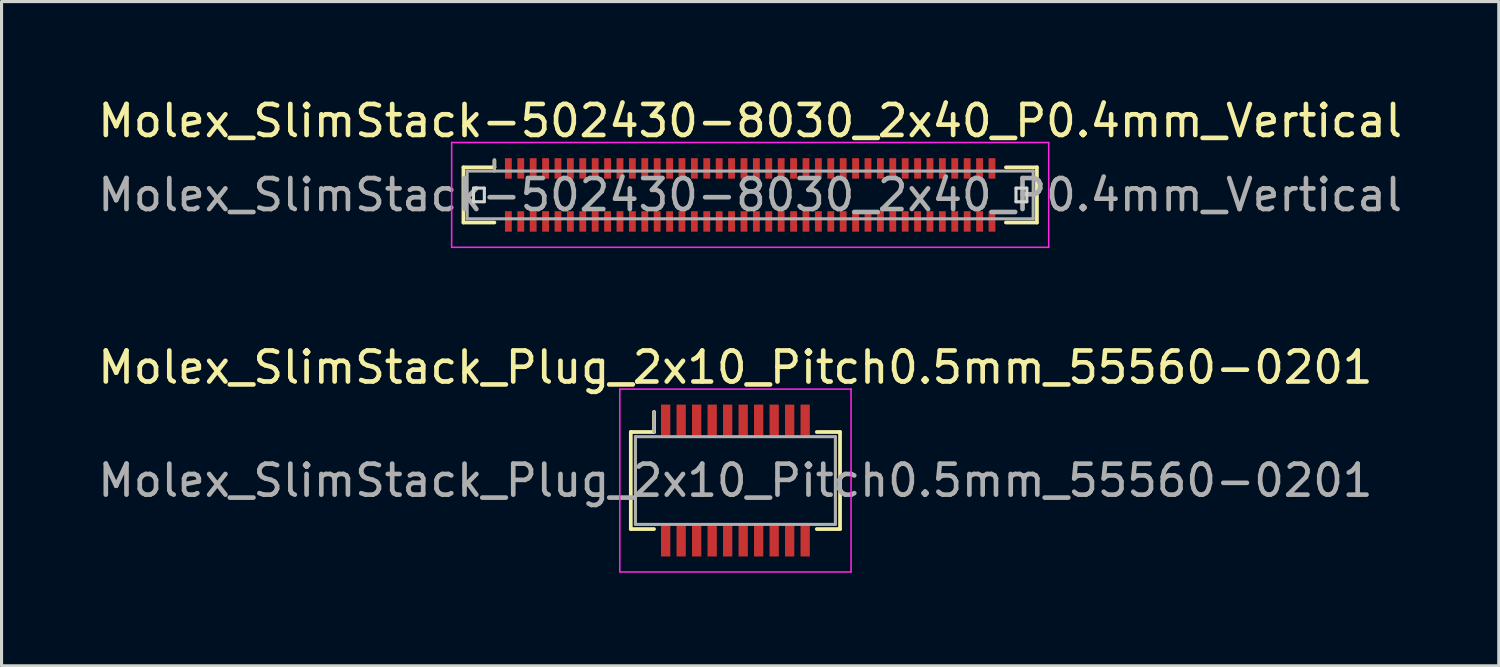
<source format=kicad_pcb>
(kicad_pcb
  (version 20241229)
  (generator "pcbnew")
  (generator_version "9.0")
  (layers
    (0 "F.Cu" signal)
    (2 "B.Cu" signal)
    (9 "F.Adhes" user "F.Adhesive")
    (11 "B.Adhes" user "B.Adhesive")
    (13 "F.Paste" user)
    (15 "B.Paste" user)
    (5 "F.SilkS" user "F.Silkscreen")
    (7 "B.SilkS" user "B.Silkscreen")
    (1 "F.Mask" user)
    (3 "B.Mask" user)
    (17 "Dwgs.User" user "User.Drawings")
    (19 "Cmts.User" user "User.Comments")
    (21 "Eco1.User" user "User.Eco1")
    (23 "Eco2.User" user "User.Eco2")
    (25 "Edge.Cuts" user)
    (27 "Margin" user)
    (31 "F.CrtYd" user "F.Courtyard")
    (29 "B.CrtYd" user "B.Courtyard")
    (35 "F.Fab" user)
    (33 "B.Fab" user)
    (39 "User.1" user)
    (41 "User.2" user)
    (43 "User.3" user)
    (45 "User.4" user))
  (footprint "Molex_SlimStack_Plug_2x10_Pitch0.5mm_55560-0201"
    (layer "F.Cu")
    (at 20.673 12.451)
    (property "Reference" "Molex_SlimStack_Plug_2x10_Pitch0.5mm_55560-0201" (at 0 -3.65 0) (layer "F.SilkS") (effects (font (size 1 1) (thickness 0.15))))
    (attr smd)
    (fp_line (start -3.375 -1.565) (end -2.625 -1.565) (stroke (width 0.12) (type solid)) (layer "F.SilkS"))
    (fp_line (start -3.375 1.565) (end -3.375 -1.565) (stroke (width 0.12) (type solid)) (layer "F.SilkS"))
    (fp_line (start -2.625 -1.565) (end -2.625 -2.215) (stroke (width 0.12) (type solid)) (layer "F.SilkS"))
    (fp_line (start -2.625 1.565) (end -3.375 1.565) (stroke (width 0.12) (type solid)) (layer "F.SilkS"))
    (fp_line (start 2.625 1.565) (end 3.375 1.565) (stroke (width 0.12) (type solid)) (layer "F.SilkS"))
    (fp_line (start 3.375 -1.565) (end 2.625 -1.565) (stroke (width 0.12) (type solid)) (layer "F.SilkS"))
    (fp_line (start 3.375 1.565) (end 3.375 -1.565) (stroke (width 0.12) (type solid)) (layer "F.SilkS"))
    (fp_line (start -3.73 -2.95) (end -3.73 2.95) (stroke (width 0.05) (type solid)) (layer "F.CrtYd"))
    (fp_line (start -3.73 2.95) (end 3.73 2.95) (stroke (width 0.05) (type solid)) (layer "F.CrtYd"))
    (fp_line (start 3.73 -2.95) (end -3.73 -2.95) (stroke (width 0.05) (type solid)) (layer "F.CrtYd"))
    (fp_line (start 3.73 2.95) (end 3.73 -2.95) (stroke (width 0.05) (type solid)) (layer "F.CrtYd"))
    (fp_line (start -3.225 -1.415) (end -3.225 1.415) (stroke (width 0.1) (type solid)) (layer "F.Fab"))
    (fp_line (start -3.225 1.415) (end 3.225 1.415) (stroke (width 0.1) (type solid)) (layer "F.Fab"))
    (fp_line (start -2.625 -1.565) (end -2.625 -2.215) (stroke (width 0.1) (type solid)) (layer "F.Fab"))
    (fp_line (start 3.225 -1.415) (end -3.225 -1.415) (stroke (width 0.1) (type solid)) (layer "F.Fab"))
    (fp_line (start 3.225 1.415) (end 3.225 -1.415) (stroke (width 0.1) (type solid)) (layer "F.Fab"))
    (fp_text user "${REFERENCE}" (at 0 0 0) (layer "F.Fab") (effects (font (size 1 1) (thickness 0.15))))
    (pad "1" smd rect (at -2.25 -1.95) (size 0.3 1) (layers "F.Cu" "F.Mask" "F.Paste"))
    (pad "2" smd rect (at -2.25 1.95) (size 0.3 1) (layers "F.Cu" "F.Mask" "F.Paste"))
    (pad "3" smd rect (at -1.75 -1.95) (size 0.3 1) (layers "F.Cu" "F.Mask" "F.Paste"))
    (pad "4" smd rect (at -1.75 1.95) (size 0.3 1) (layers "F.Cu" "F.Mask" "F.Paste"))
    (pad "5" smd rect (at -1.25 -1.95) (size 0.3 1) (layers "F.Cu" "F.Mask" "F.Paste"))
    (pad "6" smd rect (at -1.25 1.95) (size 0.3 1) (layers "F.Cu" "F.Mask" "F.Paste"))
    (pad "7" smd rect (at -0.75 -1.95) (size 0.3 1) (layers "F.Cu" "F.Mask" "F.Paste"))
    (pad "8" smd rect (at -0.75 1.95) (size 0.3 1) (layers "F.Cu" "F.Mask" "F.Paste"))
    (pad "9" smd rect (at -0.25 -1.95) (size 0.3 1) (layers "F.Cu" "F.Mask" "F.Paste"))
    (pad "10" smd rect (at -0.25 1.95) (size 0.3 1) (layers "F.Cu" "F.Mask" "F.Paste"))
    (pad "11" smd rect (at 0.25 -1.95) (size 0.3 1) (layers "F.Cu" "F.Mask" "F.Paste"))
    (pad "12" smd rect (at 0.25 1.95) (size 0.3 1) (layers "F.Cu" "F.Mask" "F.Paste"))
    (pad "13" smd rect (at 0.75 -1.95) (size 0.3 1) (layers "F.Cu" "F.Mask" "F.Paste"))
    (pad "14" smd rect (at 0.75 1.95) (size 0.3 1) (layers "F.Cu" "F.Mask" "F.Paste"))
    (pad "15" smd rect (at 1.25 -1.95) (size 0.3 1) (layers "F.Cu" "F.Mask" "F.Paste"))
    (pad "16" smd rect (at 1.25 1.95) (size 0.3 1) (layers "F.Cu" "F.Mask" "F.Paste"))
    (pad "17" smd rect (at 1.75 -1.95) (size 0.3 1) (layers "F.Cu" "F.Mask" "F.Paste"))
    (pad "18" smd rect (at 1.75 1.95) (size 0.3 1) (layers "F.Cu" "F.Mask" "F.Paste"))
    (pad "19" smd rect (at 2.25 -1.95) (size 0.3 1) (layers "F.Cu" "F.Mask" "F.Paste"))
    (pad "20" smd rect (at 2.25 1.95) (size 0.3 1) (layers "F.Cu" "F.Mask" "F.Paste")))
  (footprint "Molex_SlimStack-502430-8030_2x40_P0.4mm_Vertical"
    (layer "F.Cu")
    (at 21.149 3.238)
    (property "Reference" "Molex_SlimStack-502430-8030_2x40_P0.4mm_Vertical" (at 0 -2.39 0) (layer "F.SilkS") (effects (font (size 1 1) (thickness 0.15))))
    (attr smd)
    (fp_line (start -9.25 -0.89) (end -8.25 -0.89) (stroke (width 0.12) (type solid)) (layer "F.SilkS"))
    (fp_line (start -9.25 0.89) (end -9.25 -0.89) (stroke (width 0.12) (type solid)) (layer "F.SilkS"))
    (fp_line (start -8.25 -0.89) (end -8.25 -1.12) (stroke (width 0.12) (type solid)) (layer "F.SilkS"))
    (fp_line (start -8.25 0.89) (end -9.25 0.89) (stroke (width 0.12) (type solid)) (layer "F.SilkS"))
    (fp_line (start 8.25 0.89) (end 9.25 0.89) (stroke (width 0.12) (type solid)) (layer "F.SilkS"))
    (fp_line (start 9.25 -0.89) (end 8.25 -0.89) (stroke (width 0.12) (type solid)) (layer "F.SilkS"))
    (fp_line (start 9.25 0.89) (end 9.25 -0.89) (stroke (width 0.12) (type solid)) (layer "F.SilkS"))
    (fp_line (start -8.925 -0.22) (end -8.925 0.22) (stroke (width 0.1) (type solid)) (layer "Edge.Cuts"))
    (fp_line (start -8.925 0.22) (end -8.575 0.22) (stroke (width 0.1) (type solid)) (layer "Edge.Cuts"))
    (fp_line (start -8.575 -0.22) (end -8.925 -0.22) (stroke (width 0.1) (type solid)) (layer "Edge.Cuts"))
    (fp_line (start -8.575 0.22) (end -8.575 -0.22) (stroke (width 0.1) (type solid)) (layer "Edge.Cuts"))
    (fp_line (start 8.575 -0.22) (end 8.575 0.22) (stroke (width 0.1) (type solid)) (layer "Edge.Cuts"))
    (fp_line (start 8.575 0.22) (end 8.925 0.22) (stroke (width 0.1) (type solid)) (layer "Edge.Cuts"))
    (fp_line (start 8.925 -0.22) (end 8.575 -0.22) (stroke (width 0.1) (type solid)) (layer "Edge.Cuts"))
    (fp_line (start 8.925 0.22) (end 8.925 -0.22) (stroke (width 0.1) (type solid)) (layer "Edge.Cuts"))
    (fp_line (start -9.63 -1.69) (end -9.63 1.69) (stroke (width 0.05) (type solid)) (layer "F.CrtYd"))
    (fp_line (start -9.63 1.69) (end 9.63 1.69) (stroke (width 0.05) (type solid)) (layer "F.CrtYd"))
    (fp_line (start 9.63 -1.69) (end -9.63 -1.69) (stroke (width 0.05) (type solid)) (layer "F.CrtYd"))
    (fp_line (start 9.63 1.69) (end 9.63 -1.69) (stroke (width 0.05) (type solid)) (layer "F.CrtYd"))
    (fp_line (start -9.13 -0.77) (end -9.13 0.77) (stroke (width 0.1) (type solid)) (layer "F.Fab"))
    (fp_line (start -9.13 0.77) (end 9.13 0.77) (stroke (width 0.1) (type solid)) (layer "F.Fab"))
    (fp_line (start -8.25 -0.77) (end -8.25 -1.12) (stroke (width 0.1) (type solid)) (layer "F.Fab"))
    (fp_line (start 9.13 -0.77) (end -9.13 -0.77) (stroke (width 0.1) (type solid)) (layer "F.Fab"))
    (fp_line (start 9.13 0.77) (end 9.13 -0.77) (stroke (width 0.1) (type solid)) (layer "F.Fab"))
    (fp_text user "${REFERENCE}" (at 0 0 0) (layer "F.Fab") (effects (font (size 1 1) (thickness 0.15))))
    (pad "1" smd rect (at -7.8 -0.855) (size 0.22 0.66) (layers "F.Cu" "F.Mask" "F.Paste"))
    (pad "2" smd rect (at -7.8 0.855) (size 0.22 0.66) (layers "F.Cu" "F.Mask" "F.Paste"))
    (pad "3" smd rect (at -7.4 -0.855) (size 0.22 0.66) (layers "F.Cu" "F.Mask" "F.Paste"))
    (pad "4" smd rect (at -7.4 0.855) (size 0.22 0.66) (layers "F.Cu" "F.Mask" "F.Paste"))
    (pad "5" smd rect (at -7 -0.855) (size 0.22 0.66) (layers "F.Cu" "F.Mask" "F.Paste"))
    (pad "6" smd rect (at -7 0.855) (size 0.22 0.66) (layers "F.Cu" "F.Mask" "F.Paste"))
    (pad "7" smd rect (at -6.6 -0.855) (size 0.22 0.66) (layers "F.Cu" "F.Mask" "F.Paste"))
    (pad "8" smd rect (at -6.6 0.855) (size 0.22 0.66) (layers "F.Cu" "F.Mask" "F.Paste"))
    (pad "9" smd rect (at -6.2 -0.855) (size 0.22 0.66) (layers "F.Cu" "F.Mask" "F.Paste"))
    (pad "10" smd rect (at -6.2 0.855) (size 0.22 0.66) (layers "F.Cu" "F.Mask" "F.Paste"))
    (pad "11" smd rect (at -5.8 -0.855) (size 0.22 0.66) (layers "F.Cu" "F.Mask" "F.Paste"))
    (pad "12" smd rect (at -5.8 0.855) (size 0.22 0.66) (layers "F.Cu" "F.Mask" "F.Paste"))
    (pad "13" smd rect (at -5.4 -0.855) (size 0.22 0.66) (layers "F.Cu" "F.Mask" "F.Paste"))
    (pad "14" smd rect (at -5.4 0.855) (size 0.22 0.66) (layers "F.Cu" "F.Mask" "F.Paste"))
    (pad "15" smd rect (at -5 -0.855) (size 0.22 0.66) (layers "F.Cu" "F.Mask" "F.Paste"))
    (pad "16" smd rect (at -5 0.855) (size 0.22 0.66) (layers "F.Cu" "F.Mask" "F.Paste"))
    (pad "17" smd rect (at -4.6 -0.855) (size 0.22 0.66) (layers "F.Cu" "F.Mask" "F.Paste"))
    (pad "18" smd rect (at -4.6 0.855) (size 0.22 0.66) (layers "F.Cu" "F.Mask" "F.Paste"))
    (pad "19" smd rect (at -4.2 -0.855) (size 0.22 0.66) (layers "F.Cu" "F.Mask" "F.Paste"))
    (pad "20" smd rect (at -4.2 0.855) (size 0.22 0.66) (layers "F.Cu" "F.Mask" "F.Paste"))
    (pad "21" smd rect (at -3.8 -0.855) (size 0.22 0.66) (layers "F.Cu" "F.Mask" "F.Paste"))
    (pad "22" smd rect (at -3.8 0.855) (size 0.22 0.66) (layers "F.Cu" "F.Mask" "F.Paste"))
    (pad "23" smd rect (at -3.4 -0.855) (size 0.22 0.66) (layers "F.Cu" "F.Mask" "F.Paste"))
    (pad "24" smd rect (at -3.4 0.855) (size 0.22 0.66) (layers "F.Cu" "F.Mask" "F.Paste"))
    (pad "25" smd rect (at -3 -0.855) (size 0.22 0.66) (layers "F.Cu" "F.Mask" "F.Paste"))
    (pad "26" smd rect (at -3 0.855) (size 0.22 0.66) (layers "F.Cu" "F.Mask" "F.Paste"))
    (pad "27" smd rect (at -2.6 -0.855) (size 0.22 0.66) (layers "F.Cu" "F.Mask" "F.Paste"))
    (pad "28" smd rect (at -2.6 0.855) (size 0.22 0.66) (layers "F.Cu" "F.Mask" "F.Paste"))
    (pad "29" smd rect (at -2.2 -0.855) (size 0.22 0.66) (layers "F.Cu" "F.Mask" "F.Paste"))
    (pad "30" smd rect (at -2.2 0.855) (size 0.22 0.66) (layers "F.Cu" "F.Mask" "F.Paste"))
    (pad "31" smd rect (at -1.8 -0.855) (size 0.22 0.66) (layers "F.Cu" "F.Mask" "F.Paste"))
    (pad "32" smd rect (at -1.8 0.855) (size 0.22 0.66) (layers "F.Cu" "F.Mask" "F.Paste"))
    (pad "33" smd rect (at -1.4 -0.855) (size 0.22 0.66) (layers "F.Cu" "F.Mask" "F.Paste"))
    (pad "34" smd rect (at -1.4 0.855) (size 0.22 0.66) (layers "F.Cu" "F.Mask" "F.Paste"))
    (pad "35" smd rect (at -1 -0.855) (size 0.22 0.66) (layers "F.Cu" "F.Mask" "F.Paste"))
    (pad "36" smd rect (at -1 0.855) (size 0.22 0.66) (layers "F.Cu" "F.Mask" "F.Paste"))
    (pad "37" smd rect (at -0.6 -0.855) (size 0.22 0.66) (layers "F.Cu" "F.Mask" "F.Paste"))
    (pad "38" smd rect (at -0.6 0.855) (size 0.22 0.66) (layers "F.Cu" "F.Mask" "F.Paste"))
    (pad "39" smd rect (at -0.2 -0.855) (size 0.22 0.66) (layers "F.Cu" "F.Mask" "F.Paste"))
    (pad "40" smd rect (at -0.2 0.855) (size 0.22 0.66) (layers "F.Cu" "F.Mask" "F.Paste"))
    (pad "41" smd rect (at 0.2 -0.855) (size 0.22 0.66) (layers "F.Cu" "F.Mask" "F.Paste"))
    (pad "42" smd rect (at 0.2 0.855) (size 0.22 0.66) (layers "F.Cu" "F.Mask" "F.Paste"))
    (pad "43" smd rect (at 0.6 -0.855) (size 0.22 0.66) (layers "F.Cu" "F.Mask" "F.Paste"))
    (pad "44" smd rect (at 0.6 0.855) (size 0.22 0.66) (layers "F.Cu" "F.Mask" "F.Paste"))
    (pad "45" smd rect (at 1 -0.855) (size 0.22 0.66) (layers "F.Cu" "F.Mask" "F.Paste"))
    (pad "46" smd rect (at 1 0.855) (size 0.22 0.66) (layers "F.Cu" "F.Mask" "F.Paste"))
    (pad "47" smd rect (at 1.4 -0.855) (size 0.22 0.66) (layers "F.Cu" "F.Mask" "F.Paste"))
    (pad "48" smd rect (at 1.4 0.855) (size 0.22 0.66) (layers "F.Cu" "F.Mask" "F.Paste"))
    (pad "49" smd rect (at 1.8 -0.855) (size 0.22 0.66) (layers "F.Cu" "F.Mask" "F.Paste"))
    (pad "50" smd rect (at 1.8 0.855) (size 0.22 0.66) (layers "F.Cu" "F.Mask" "F.Paste"))
    (pad "51" smd rect (at 2.2 -0.855) (size 0.22 0.66) (layers "F.Cu" "F.Mask" "F.Paste"))
    (pad "52" smd rect (at 2.2 0.855) (size 0.22 0.66) (layers "F.Cu" "F.Mask" "F.Paste"))
    (pad "53" smd rect (at 2.6 -0.855) (size 0.22 0.66) (layers "F.Cu" "F.Mask" "F.Paste"))
    (pad "54" smd rect (at 2.6 0.855) (size 0.22 0.66) (layers "F.Cu" "F.Mask" "F.Paste"))
    (pad "55" smd rect (at 3 -0.855) (size 0.22 0.66) (layers "F.Cu" "F.Mask" "F.Paste"))
    (pad "56" smd rect (at 3 0.855) (size 0.22 0.66) (layers "F.Cu" "F.Mask" "F.Paste"))
    (pad "57" smd rect (at 3.4 -0.855) (size 0.22 0.66) (layers "F.Cu" "F.Mask" "F.Paste"))
    (pad "58" smd rect (at 3.4 0.855) (size 0.22 0.66) (layers "F.Cu" "F.Mask" "F.Paste"))
    (pad "59" smd rect (at 3.8 -0.855) (size 0.22 0.66) (layers "F.Cu" "F.Mask" "F.Paste"))
    (pad "60" smd rect (at 3.8 0.855) (size 0.22 0.66) (layers "F.Cu" "F.Mask" "F.Paste"))
    (pad "61" smd rect (at 4.2 -0.855) (size 0.22 0.66) (layers "F.Cu" "F.Mask" "F.Paste"))
    (pad "62" smd rect (at 4.2 0.855) (size 0.22 0.66) (layers "F.Cu" "F.Mask" "F.Paste"))
    (pad "63" smd rect (at 4.6 -0.855) (size 0.22 0.66) (layers "F.Cu" "F.Mask" "F.Paste"))
    (pad "64" smd rect (at 4.6 0.855) (size 0.22 0.66) (layers "F.Cu" "F.Mask" "F.Paste"))
    (pad "65" smd rect (at 5 -0.855) (size 0.22 0.66) (layers "F.Cu" "F.Mask" "F.Paste"))
    (pad "66" smd rect (at 5 0.855) (size 0.22 0.66) (layers "F.Cu" "F.Mask" "F.Paste"))
    (pad "67" smd rect (at 5.4 -0.855) (size 0.22 0.66) (layers "F.Cu" "F.Mask" "F.Paste"))
    (pad "68" smd rect (at 5.4 0.855) (size 0.22 0.66) (layers "F.Cu" "F.Mask" "F.Paste"))
    (pad "69" smd rect (at 5.8 -0.855) (size 0.22 0.66) (layers "F.Cu" "F.Mask" "F.Paste"))
    (pad "70" smd rect (at 5.8 0.855) (size 0.22 0.66) (layers "F.Cu" "F.Mask" "F.Paste"))
    (pad "71" smd rect (at 6.2 -0.855) (size 0.22 0.66) (layers "F.Cu" "F.Mask" "F.Paste"))
    (pad "72" smd rect (at 6.2 0.855) (size 0.22 0.66) (layers "F.Cu" "F.Mask" "F.Paste"))
    (pad "73" smd rect (at 6.6 -0.855) (size 0.22 0.66) (layers "F.Cu" "F.Mask" "F.Paste"))
    (pad "74" smd rect (at 6.6 0.855) (size 0.22 0.66) (layers "F.Cu" "F.Mask" "F.Paste"))
    (pad "75" smd rect (at 7 -0.855) (size 0.22 0.66) (layers "F.Cu" "F.Mask" "F.Paste"))
    (pad "76" smd rect (at 7 0.855) (size 0.22 0.66) (layers "F.Cu" "F.Mask" "F.Paste"))
    (pad "77" smd rect (at 7.4 -0.855) (size 0.22 0.66) (layers "F.Cu" "F.Mask" "F.Paste"))
    (pad "78" smd rect (at 7.4 0.855) (size 0.22 0.66) (layers "F.Cu" "F.Mask" "F.Paste"))
    (pad "79" smd rect (at 7.8 -0.855) (size 0.22 0.66) (layers "F.Cu" "F.Mask" "F.Paste"))
    (pad "80" smd rect (at 7.8 0.855) (size 0.22 0.66) (layers "F.Cu" "F.Mask" "F.Paste")))
  (gr_rect
    (start -3 -3)
    (end 45.298 18.427)
    (stroke (width 0.1) (type default))
    (fill no)
    (layer "Edge.Cuts")))
</source>
